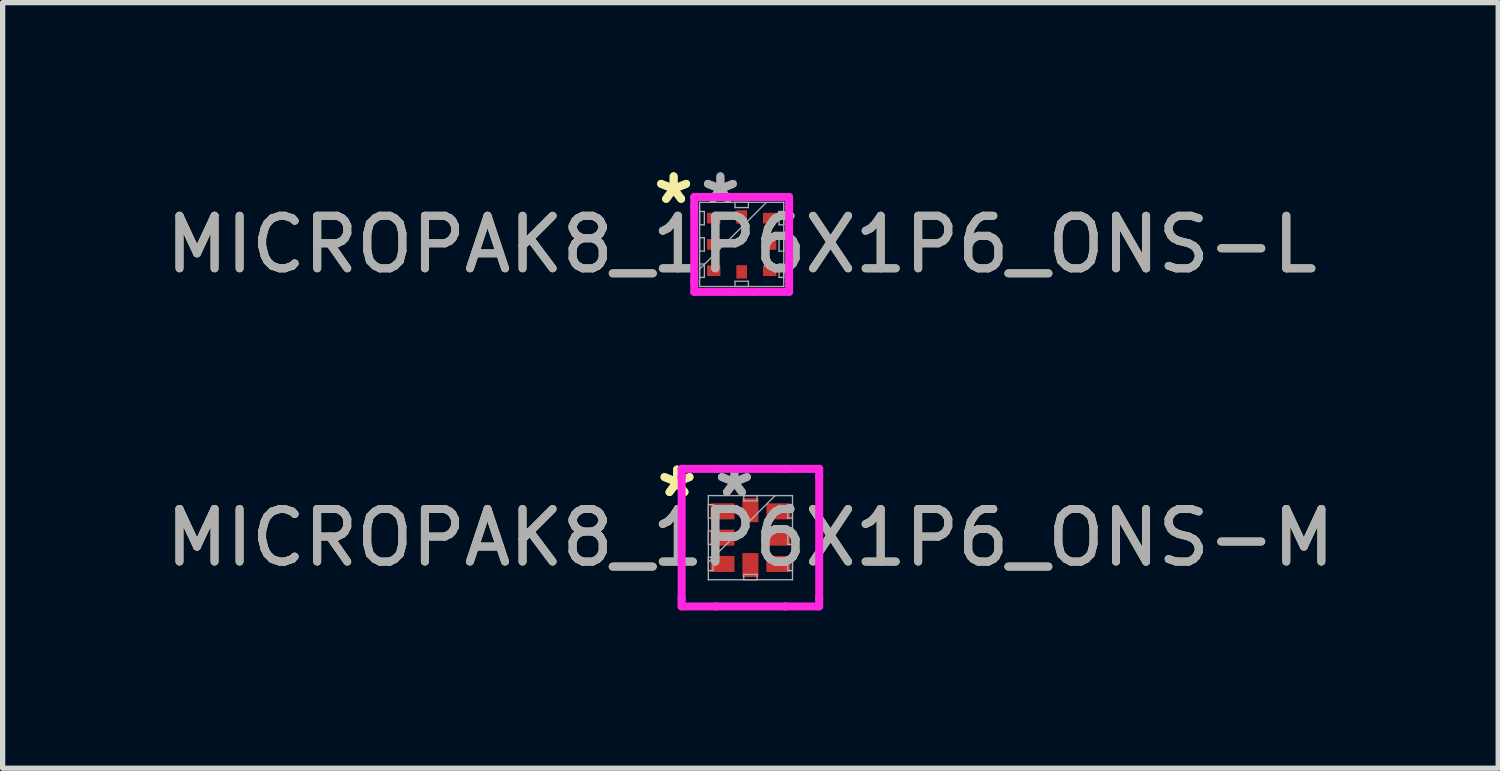
<source format=kicad_pcb>
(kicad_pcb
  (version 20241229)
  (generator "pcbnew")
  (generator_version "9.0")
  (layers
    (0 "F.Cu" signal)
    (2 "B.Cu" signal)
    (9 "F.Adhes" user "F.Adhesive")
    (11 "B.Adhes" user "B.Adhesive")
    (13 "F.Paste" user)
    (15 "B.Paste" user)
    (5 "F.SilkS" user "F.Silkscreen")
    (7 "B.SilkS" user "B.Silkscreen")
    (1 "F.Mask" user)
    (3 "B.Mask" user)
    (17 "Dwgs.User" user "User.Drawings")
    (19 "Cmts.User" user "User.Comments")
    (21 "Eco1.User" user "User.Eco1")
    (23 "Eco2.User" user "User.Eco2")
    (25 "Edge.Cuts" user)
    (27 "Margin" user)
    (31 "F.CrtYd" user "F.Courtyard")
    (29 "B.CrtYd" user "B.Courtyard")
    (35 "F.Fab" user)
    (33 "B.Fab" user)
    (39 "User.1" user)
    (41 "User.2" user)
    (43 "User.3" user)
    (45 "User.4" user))
  (footprint "MICROPAK8_1P6X1P6_ONS-L"
    (layer "F.Cu")
    (at 11.054 1.598)
    (property "Reference" "MICROPAK8_1P6X1P6_ONS-L" (at 0 0 0) (unlocked yes) (layer "F.SilkS") (effects (font (size 1 1) (thickness 0.15))))
    (attr smd)
    (fp_line (start -0.902 -0.902) (end -0.203 -0.902) (stroke (width 0.152) (type solid)) (layer "F.CrtYd"))
    (fp_line (start -0.902 -0.703) (end -0.902 -0.902) (stroke (width 0.152) (type solid)) (layer "F.CrtYd"))
    (fp_line (start -0.902 -0.703) (end -0.902 -0.703) (stroke (width 0.152) (type solid)) (layer "F.CrtYd"))
    (fp_line (start -0.902 0.703) (end -0.902 -0.703) (stroke (width 0.152) (type solid)) (layer "F.CrtYd"))
    (fp_line (start -0.902 0.703) (end -0.902 0.703) (stroke (width 0.152) (type solid)) (layer "F.CrtYd"))
    (fp_line (start -0.902 0.902) (end -0.902 0.703) (stroke (width 0.152) (type solid)) (layer "F.CrtYd"))
    (fp_line (start -0.203 -0.902) (end -0.203 -0.902) (stroke (width 0.152) (type solid)) (layer "F.CrtYd"))
    (fp_line (start -0.203 -0.902) (end 0.203 -0.902) (stroke (width 0.152) (type solid)) (layer "F.CrtYd"))
    (fp_line (start -0.203 0.902) (end -0.902 0.902) (stroke (width 0.152) (type solid)) (layer "F.CrtYd"))
    (fp_line (start -0.203 0.902) (end -0.203 0.902) (stroke (width 0.152) (type solid)) (layer "F.CrtYd"))
    (fp_line (start 0.203 -0.902) (end 0.203 -0.902) (stroke (width 0.152) (type solid)) (layer "F.CrtYd"))
    (fp_line (start 0.203 -0.902) (end 0.902 -0.902) (stroke (width 0.152) (type solid)) (layer "F.CrtYd"))
    (fp_line (start 0.203 0.902) (end -0.203 0.902) (stroke (width 0.152) (type solid)) (layer "F.CrtYd"))
    (fp_line (start 0.203 0.902) (end 0.203 0.902) (stroke (width 0.152) (type solid)) (layer "F.CrtYd"))
    (fp_line (start 0.902 -0.902) (end 0.902 -0.703) (stroke (width 0.152) (type solid)) (layer "F.CrtYd"))
    (fp_line (start 0.902 -0.703) (end 0.902 -0.703) (stroke (width 0.152) (type solid)) (layer "F.CrtYd"))
    (fp_line (start 0.902 -0.703) (end 0.902 0.703) (stroke (width 0.152) (type solid)) (layer "F.CrtYd"))
    (fp_line (start 0.902 0.703) (end 0.902 0.703) (stroke (width 0.152) (type solid)) (layer "F.CrtYd"))
    (fp_line (start 0.902 0.703) (end 0.902 0.902) (stroke (width 0.152) (type solid)) (layer "F.CrtYd"))
    (fp_line (start 0.902 0.902) (end 0.203 0.902) (stroke (width 0.152) (type solid)) (layer "F.CrtYd"))
    (fp_line (start -0.8 -0.8) (end -0.8 -0.8) (stroke (width 0.025) (type solid)) (layer "F.Fab"))
    (fp_line (start -0.8 -0.8) (end -0.8 0.8) (stroke (width 0.025) (type solid)) (layer "F.Fab"))
    (fp_line (start -0.8 -0.627) (end -0.71 -0.627) (stroke (width 0.025) (type solid)) (layer "F.Fab"))
    (fp_line (start -0.8 -0.373) (end -0.8 -0.627) (stroke (width 0.025) (type solid)) (layer "F.Fab"))
    (fp_line (start -0.8 -0.127) (end -0.71 -0.127) (stroke (width 0.025) (type solid)) (layer "F.Fab"))
    (fp_line (start -0.8 0.127) (end -0.8 -0.127) (stroke (width 0.025) (type solid)) (layer "F.Fab"))
    (fp_line (start -0.8 0.373) (end -0.71 0.373) (stroke (width 0.025) (type solid)) (layer "F.Fab"))
    (fp_line (start -0.8 0.47) (end 0.47 -0.8) (stroke (width 0.025) (type solid)) (layer "F.Fab"))
    (fp_line (start -0.8 0.627) (end -0.8 0.373) (stroke (width 0.025) (type solid)) (layer "F.Fab"))
    (fp_line (start -0.8 0.8) (end -0.8 0.8) (stroke (width 0.025) (type solid)) (layer "F.Fab"))
    (fp_line (start -0.8 0.8) (end 0.8 0.8) (stroke (width 0.025) (type solid)) (layer "F.Fab"))
    (fp_line (start -0.71 -0.627) (end -0.71 -0.373) (stroke (width 0.025) (type solid)) (layer "F.Fab"))
    (fp_line (start -0.71 -0.373) (end -0.8 -0.373) (stroke (width 0.025) (type solid)) (layer "F.Fab"))
    (fp_line (start -0.71 -0.127) (end -0.71 0.127) (stroke (width 0.025) (type solid)) (layer "F.Fab"))
    (fp_line (start -0.71 0.127) (end -0.8 0.127) (stroke (width 0.025) (type solid)) (layer "F.Fab"))
    (fp_line (start -0.71 0.373) (end -0.71 0.627) (stroke (width 0.025) (type solid)) (layer "F.Fab"))
    (fp_line (start -0.71 0.627) (end -0.8 0.627) (stroke (width 0.025) (type solid)) (layer "F.Fab"))
    (fp_line (start -0.127 -0.8) (end 0.127 -0.8) (stroke (width 0.025) (type solid)) (layer "F.Fab"))
    (fp_line (start -0.127 -0.7) (end -0.127 -0.8) (stroke (width 0.025) (type solid)) (layer "F.Fab"))
    (fp_line (start -0.127 0.7) (end 0.127 0.7) (stroke (width 0.025) (type solid)) (layer "F.Fab"))
    (fp_line (start -0.127 0.8) (end -0.127 0.7) (stroke (width 0.025) (type solid)) (layer "F.Fab"))
    (fp_line (start 0.127 -0.8) (end 0.127 -0.7) (stroke (width 0.025) (type solid)) (layer "F.Fab"))
    (fp_line (start 0.127 -0.7) (end -0.127 -0.7) (stroke (width 0.025) (type solid)) (layer "F.Fab"))
    (fp_line (start 0.127 0.7) (end 0.127 0.8) (stroke (width 0.025) (type solid)) (layer "F.Fab"))
    (fp_line (start 0.127 0.8) (end -0.127 0.8) (stroke (width 0.025) (type solid)) (layer "F.Fab"))
    (fp_line (start 0.71 -0.627) (end 0.8 -0.627) (stroke (width 0.025) (type solid)) (layer "F.Fab"))
    (fp_line (start 0.71 -0.373) (end 0.71 -0.627) (stroke (width 0.025) (type solid)) (layer "F.Fab"))
    (fp_line (start 0.71 -0.127) (end 0.8 -0.127) (stroke (width 0.025) (type solid)) (layer "F.Fab"))
    (fp_line (start 0.71 0.127) (end 0.71 -0.127) (stroke (width 0.025) (type solid)) (layer "F.Fab"))
    (fp_line (start 0.71 0.373) (end 0.8 0.373) (stroke (width 0.025) (type solid)) (layer "F.Fab"))
    (fp_line (start 0.71 0.627) (end 0.71 0.373) (stroke (width 0.025) (type solid)) (layer "F.Fab"))
    (fp_line (start 0.8 -0.8) (end -0.8 -0.8) (stroke (width 0.025) (type solid)) (layer "F.Fab"))
    (fp_line (start 0.8 -0.8) (end 0.8 -0.8) (stroke (width 0.025) (type solid)) (layer "F.Fab"))
    (fp_line (start 0.8 -0.627) (end 0.8 -0.373) (stroke (width 0.025) (type solid)) (layer "F.Fab"))
    (fp_line (start 0.8 -0.373) (end 0.71 -0.373) (stroke (width 0.025) (type solid)) (layer "F.Fab"))
    (fp_line (start 0.8 -0.127) (end 0.8 0.127) (stroke (width 0.025) (type solid)) (layer "F.Fab"))
    (fp_line (start 0.8 0.127) (end 0.71 0.127) (stroke (width 0.025) (type solid)) (layer "F.Fab"))
    (fp_line (start 0.8 0.373) (end 0.8 0.627) (stroke (width 0.025) (type solid)) (layer "F.Fab"))
    (fp_line (start 0.8 0.627) (end 0.71 0.627) (stroke (width 0.025) (type solid)) (layer "F.Fab"))
    (fp_line (start 0.8 0.8) (end 0.8 -0.8) (stroke (width 0.025) (type solid)) (layer "F.Fab"))
    (fp_line (start 0.8 0.8) (end 0.8 0.8) (stroke (width 0.025) (type solid)) (layer "F.Fab"))
    (fp_text user "*" (at -1.294 -0.75 0) (layer "F.SilkS") (effects (font (size 1 1) (thickness 0.15))))
    (fp_text user "*" (at -1.294 -0.75 0) (unlocked yes) (layer "F.SilkS") (effects (font (size 1 1) (thickness 0.15))))
    (fp_text user "${REFERENCE}" (at 0 0 0) (unlocked yes) (layer "F.Fab") (effects (font (size 1 1) (thickness 0.15))))
    (fp_text user "*" (at -0.405 -0.75 0) (unlocked yes) (layer "F.Fab") (effects (font (size 1 1) (thickness 0.15))))
    (fp_text user "*" (at -0.405 -0.75 0) (layer "F.Fab") (effects (font (size 1 1) (thickness 0.15))))
    (pad "1" smd rect (at -0.532 -0.5 90) (size 0.203 0.254) (layers "F.Cu" "F.Mask" "F.Paste"))
    (pad "2" smd rect (at -0.532 0 90) (size 0.203 0.254) (layers "F.Cu" "F.Mask" "F.Paste"))
    (pad "3" smd rect (at -0.532 0.5 90) (size 0.203 0.254) (layers "F.Cu" "F.Mask" "F.Paste"))
    (pad "4" smd rect (at 0 0.522) (size 0.203 0.254) (layers "F.Cu" "F.Mask" "F.Paste"))
    (pad "5" smd rect (at 0.532 0.5 90) (size 0.203 0.254) (layers "F.Cu" "F.Mask" "F.Paste"))
    (pad "6" smd rect (at 0.532 0 90) (size 0.203 0.254) (layers "F.Cu" "F.Mask" "F.Paste"))
    (pad "7" smd rect (at 0.532 -0.5 90) (size 0.203 0.254) (layers "F.Cu" "F.Mask" "F.Paste"))
    (pad "8" smd rect (at 0 -0.522) (size 0.203 0.254) (layers "F.Cu" "F.Mask" "F.Paste")))
  (footprint "MICROPAK8_1P6X1P6_ONS-M"
    (layer "F.Cu")
    (at 11.22 7.174)
    (property "Reference" "MICROPAK8_1P6X1P6_ONS-M" (at 0 0 0) (unlocked yes) (layer "F.SilkS") (effects (font (size 1 1) (thickness 0.15))))
    (attr smd)
    (fp_line (start -1.308 -1.308) (end -0.66 -1.308) (stroke (width 0.152) (type solid)) (layer "F.CrtYd"))
    (fp_line (start -1.308 -1.16) (end -1.308 -1.308) (stroke (width 0.152) (type solid)) (layer "F.CrtYd"))
    (fp_line (start -1.308 -1.16) (end -1.308 -1.16) (stroke (width 0.152) (type solid)) (layer "F.CrtYd"))
    (fp_line (start -1.308 1.16) (end -1.308 -1.16) (stroke (width 0.152) (type solid)) (layer "F.CrtYd"))
    (fp_line (start -1.308 1.16) (end -1.308 1.16) (stroke (width 0.152) (type solid)) (layer "F.CrtYd"))
    (fp_line (start -1.308 1.308) (end -1.308 1.16) (stroke (width 0.152) (type solid)) (layer "F.CrtYd"))
    (fp_line (start -0.66 -1.308) (end -0.66 -1.308) (stroke (width 0.152) (type solid)) (layer "F.CrtYd"))
    (fp_line (start -0.66 -1.308) (end 0.66 -1.308) (stroke (width 0.152) (type solid)) (layer "F.CrtYd"))
    (fp_line (start -0.66 1.308) (end -1.308 1.308) (stroke (width 0.152) (type solid)) (layer "F.CrtYd"))
    (fp_line (start -0.66 1.308) (end -0.66 1.308) (stroke (width 0.152) (type solid)) (layer "F.CrtYd"))
    (fp_line (start 0.66 -1.308) (end 0.66 -1.308) (stroke (width 0.152) (type solid)) (layer "F.CrtYd"))
    (fp_line (start 0.66 -1.308) (end 1.308 -1.308) (stroke (width 0.152) (type solid)) (layer "F.CrtYd"))
    (fp_line (start 0.66 1.308) (end -0.66 1.308) (stroke (width 0.152) (type solid)) (layer "F.CrtYd"))
    (fp_line (start 0.66 1.308) (end 0.66 1.308) (stroke (width 0.152) (type solid)) (layer "F.CrtYd"))
    (fp_line (start 1.308 -1.308) (end 1.308 -1.16) (stroke (width 0.152) (type solid)) (layer "F.CrtYd"))
    (fp_line (start 1.308 -1.16) (end 1.308 -1.16) (stroke (width 0.152) (type solid)) (layer "F.CrtYd"))
    (fp_line (start 1.308 -1.16) (end 1.308 1.16) (stroke (width 0.152) (type solid)) (layer "F.CrtYd"))
    (fp_line (start 1.308 1.16) (end 1.308 1.16) (stroke (width 0.152) (type solid)) (layer "F.CrtYd"))
    (fp_line (start 1.308 1.16) (end 1.308 1.308) (stroke (width 0.152) (type solid)) (layer "F.CrtYd"))
    (fp_line (start 1.308 1.308) (end 0.66 1.308) (stroke (width 0.152) (type solid)) (layer "F.CrtYd"))
    (fp_line (start -0.8 -0.8) (end -0.8 -0.8) (stroke (width 0.025) (type solid)) (layer "F.Fab"))
    (fp_line (start -0.8 -0.8) (end -0.8 0.8) (stroke (width 0.025) (type solid)) (layer "F.Fab"))
    (fp_line (start -0.8 -0.627) (end -0.71 -0.627) (stroke (width 0.025) (type solid)) (layer "F.Fab"))
    (fp_line (start -0.8 -0.373) (end -0.8 -0.627) (stroke (width 0.025) (type solid)) (layer "F.Fab"))
    (fp_line (start -0.8 -0.127) (end -0.71 -0.127) (stroke (width 0.025) (type solid)) (layer "F.Fab"))
    (fp_line (start -0.8 0.127) (end -0.8 -0.127) (stroke (width 0.025) (type solid)) (layer "F.Fab"))
    (fp_line (start -0.8 0.373) (end -0.71 0.373) (stroke (width 0.025) (type solid)) (layer "F.Fab"))
    (fp_line (start -0.8 0.47) (end 0.47 -0.8) (stroke (width 0.025) (type solid)) (layer "F.Fab"))
    (fp_line (start -0.8 0.627) (end -0.8 0.373) (stroke (width 0.025) (type solid)) (layer "F.Fab"))
    (fp_line (start -0.8 0.8) (end -0.8 0.8) (stroke (width 0.025) (type solid)) (layer "F.Fab"))
    (fp_line (start -0.8 0.8) (end 0.8 0.8) (stroke (width 0.025) (type solid)) (layer "F.Fab"))
    (fp_line (start -0.71 -0.627) (end -0.71 -0.373) (stroke (width 0.025) (type solid)) (layer "F.Fab"))
    (fp_line (start -0.71 -0.373) (end -0.8 -0.373) (stroke (width 0.025) (type solid)) (layer "F.Fab"))
    (fp_line (start -0.71 -0.127) (end -0.71 0.127) (stroke (width 0.025) (type solid)) (layer "F.Fab"))
    (fp_line (start -0.71 0.127) (end -0.8 0.127) (stroke (width 0.025) (type solid)) (layer "F.Fab"))
    (fp_line (start -0.71 0.373) (end -0.71 0.627) (stroke (width 0.025) (type solid)) (layer "F.Fab"))
    (fp_line (start -0.71 0.627) (end -0.8 0.627) (stroke (width 0.025) (type solid)) (layer "F.Fab"))
    (fp_line (start -0.127 -0.8) (end 0.127 -0.8) (stroke (width 0.025) (type solid)) (layer "F.Fab"))
    (fp_line (start -0.127 -0.7) (end -0.127 -0.8) (stroke (width 0.025) (type solid)) (layer "F.Fab"))
    (fp_line (start -0.127 0.7) (end 0.127 0.7) (stroke (width 0.025) (type solid)) (layer "F.Fab"))
    (fp_line (start -0.127 0.8) (end -0.127 0.7) (stroke (width 0.025) (type solid)) (layer "F.Fab"))
    (fp_line (start 0.127 -0.8) (end 0.127 -0.7) (stroke (width 0.025) (type solid)) (layer "F.Fab"))
    (fp_line (start 0.127 -0.7) (end -0.127 -0.7) (stroke (width 0.025) (type solid)) (layer "F.Fab"))
    (fp_line (start 0.127 0.7) (end 0.127 0.8) (stroke (width 0.025) (type solid)) (layer "F.Fab"))
    (fp_line (start 0.127 0.8) (end -0.127 0.8) (stroke (width 0.025) (type solid)) (layer "F.Fab"))
    (fp_line (start 0.71 -0.627) (end 0.8 -0.627) (stroke (width 0.025) (type solid)) (layer "F.Fab"))
    (fp_line (start 0.71 -0.373) (end 0.71 -0.627) (stroke (width 0.025) (type solid)) (layer "F.Fab"))
    (fp_line (start 0.71 -0.127) (end 0.8 -0.127) (stroke (width 0.025) (type solid)) (layer "F.Fab"))
    (fp_line (start 0.71 0.127) (end 0.71 -0.127) (stroke (width 0.025) (type solid)) (layer "F.Fab"))
    (fp_line (start 0.71 0.373) (end 0.8 0.373) (stroke (width 0.025) (type solid)) (layer "F.Fab"))
    (fp_line (start 0.71 0.627) (end 0.71 0.373) (stroke (width 0.025) (type solid)) (layer "F.Fab"))
    (fp_line (start 0.8 -0.8) (end -0.8 -0.8) (stroke (width 0.025) (type solid)) (layer "F.Fab"))
    (fp_line (start 0.8 -0.8) (end 0.8 -0.8) (stroke (width 0.025) (type solid)) (layer "F.Fab"))
    (fp_line (start 0.8 -0.627) (end 0.8 -0.373) (stroke (width 0.025) (type solid)) (layer "F.Fab"))
    (fp_line (start 0.8 -0.373) (end 0.71 -0.373) (stroke (width 0.025) (type solid)) (layer "F.Fab"))
    (fp_line (start 0.8 -0.127) (end 0.8 0.127) (stroke (width 0.025) (type solid)) (layer "F.Fab"))
    (fp_line (start 0.8 0.127) (end 0.71 0.127) (stroke (width 0.025) (type solid)) (layer "F.Fab"))
    (fp_line (start 0.8 0.373) (end 0.8 0.627) (stroke (width 0.025) (type solid)) (layer "F.Fab"))
    (fp_line (start 0.8 0.627) (end 0.71 0.627) (stroke (width 0.025) (type solid)) (layer "F.Fab"))
    (fp_line (start 0.8 0.8) (end 0.8 -0.8) (stroke (width 0.025) (type solid)) (layer "F.Fab"))
    (fp_line (start 0.8 0.8) (end 0.8 0.8) (stroke (width 0.025) (type solid)) (layer "F.Fab"))
    (fp_text user "*" (at -1.396 -0.75 0) (layer "F.SilkS") (effects (font (size 1 1) (thickness 0.15))))
    (fp_text user "*" (at -1.396 -0.75 0) (unlocked yes) (layer "F.SilkS") (effects (font (size 1 1) (thickness 0.15))))
    (fp_text user "${REFERENCE}" (at 0 0 0) (unlocked yes) (layer "F.Fab") (effects (font (size 1 1) (thickness 0.15))))
    (fp_text user "*" (at -0.304 -0.75 0) (unlocked yes) (layer "F.Fab") (effects (font (size 1 1) (thickness 0.15))))
    (fp_text user "*" (at -0.304 -0.75 0) (layer "F.Fab") (effects (font (size 1 1) (thickness 0.15))))
    (pad "1" smd rect (at -0.532 -0.5 90) (size 0.305 0.457) (layers "F.Cu" "F.Mask" "F.Paste"))
    (pad "2" smd rect (at -0.532 0 90) (size 0.305 0.457) (layers "F.Cu" "F.Mask" "F.Paste"))
    (pad "3" smd rect (at -0.532 0.5 90) (size 0.305 0.457) (layers "F.Cu" "F.Mask" "F.Paste"))
    (pad "4" smd rect (at 0 0.522) (size 0.305 0.457) (layers "F.Cu" "F.Mask" "F.Paste"))
    (pad "5" smd rect (at 0.532 0.5 90) (size 0.305 0.457) (layers "F.Cu" "F.Mask" "F.Paste"))
    (pad "6" smd rect (at 0.532 0 90) (size 0.305 0.457) (layers "F.Cu" "F.Mask" "F.Paste"))
    (pad "7" smd rect (at 0.532 -0.5 90) (size 0.305 0.457) (layers "F.Cu" "F.Mask" "F.Paste"))
    (pad "8" smd rect (at 0 -0.522) (size 0.305 0.457) (layers "F.Cu" "F.Mask" "F.Paste")))
  (gr_rect
    (start -3 -3)
    (end 25.44 11.559)
    (stroke (width 0.1) (type default))
    (fill no)
    (layer "Edge.Cuts")))
</source>
